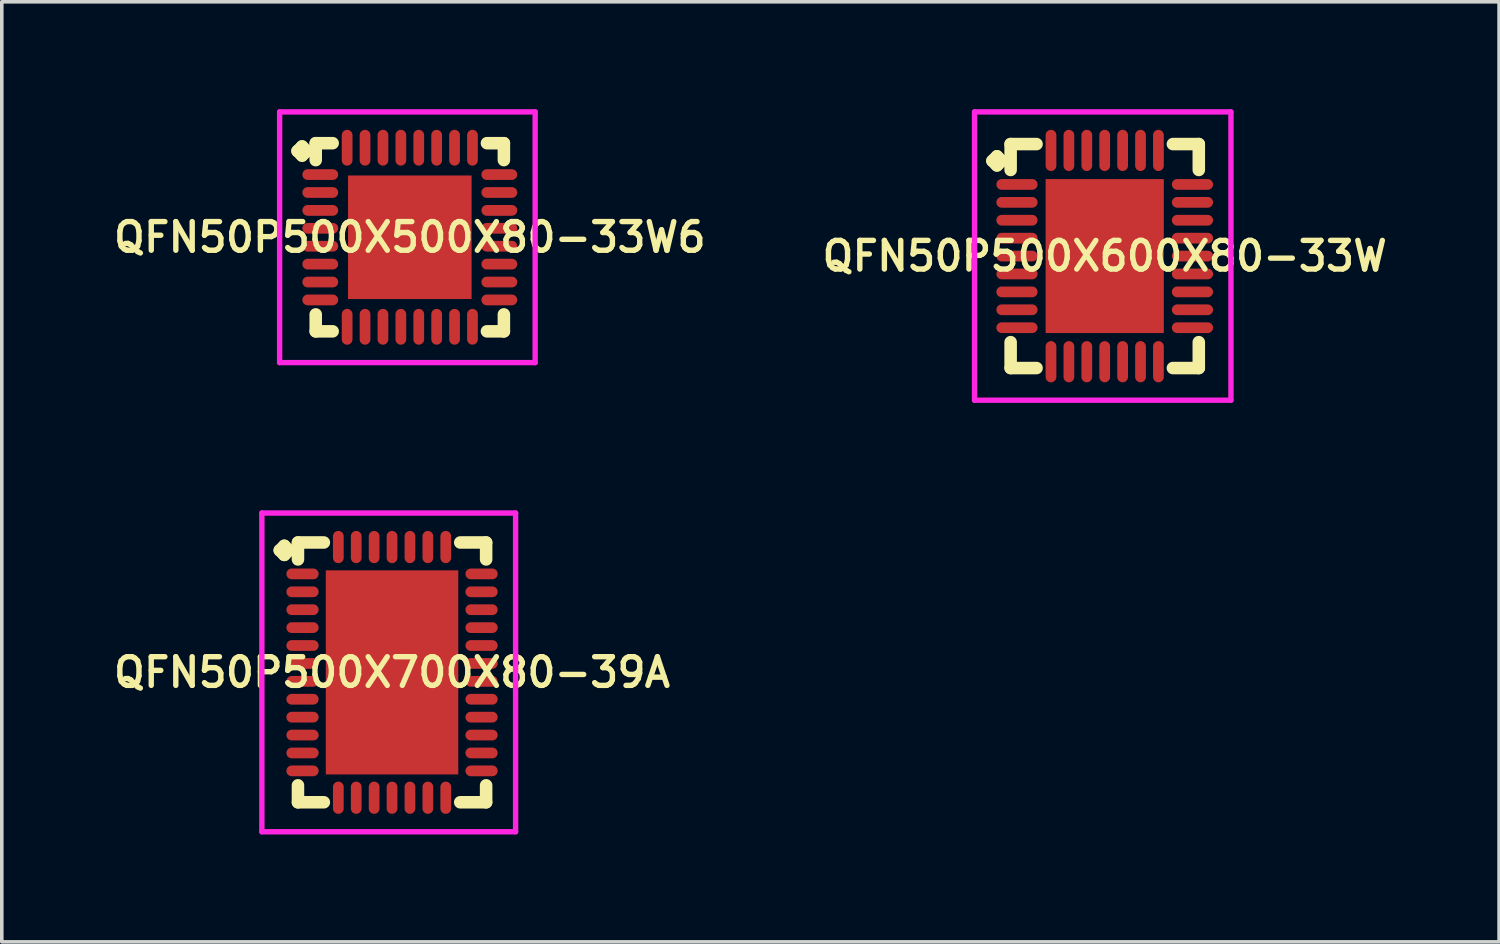
<source format=kicad_pcb>
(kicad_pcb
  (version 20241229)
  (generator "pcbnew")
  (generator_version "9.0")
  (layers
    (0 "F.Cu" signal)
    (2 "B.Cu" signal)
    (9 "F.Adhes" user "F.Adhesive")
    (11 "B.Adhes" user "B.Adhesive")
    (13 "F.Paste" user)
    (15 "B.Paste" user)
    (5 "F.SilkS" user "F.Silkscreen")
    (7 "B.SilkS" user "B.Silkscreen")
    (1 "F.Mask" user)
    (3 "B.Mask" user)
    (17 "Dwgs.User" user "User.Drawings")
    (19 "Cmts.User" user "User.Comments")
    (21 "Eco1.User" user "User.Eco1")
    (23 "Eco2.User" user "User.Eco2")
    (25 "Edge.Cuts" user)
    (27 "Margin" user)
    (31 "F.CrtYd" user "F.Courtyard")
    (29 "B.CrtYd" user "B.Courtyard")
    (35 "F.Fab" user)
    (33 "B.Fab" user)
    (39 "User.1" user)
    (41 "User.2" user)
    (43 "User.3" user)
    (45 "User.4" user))
  (footprint "QFN50P500X600X80-33W"
    (layer "F.Cu")
    (at 27.797 4.1)
    (property "Reference" "QFN50P500X600X80-33W" (at 0 0 0) (layer "F.SilkS") (effects (font (size 0.8 0.8) (thickness 0.15))))
    (attr smd)
    (fp_line (start -3.135 -2.658) (end -3.008 -2.785) (stroke (width 0.35) (type solid)) (layer "F.SilkS"))
    (fp_line (start -3.008 -2.785) (end -2.881 -2.658) (stroke (width 0.35) (type solid)) (layer "F.SilkS"))
    (fp_line (start -3.008 -2.531) (end -3.135 -2.658) (stroke (width 0.35) (type solid)) (layer "F.SilkS"))
    (fp_line (start -2.881 -2.658) (end -3.008 -2.531) (stroke (width 0.35) (type solid)) (layer "F.SilkS"))
    (fp_line (start -2.627 -3.127) (end -1.904 -3.127) (stroke (width 0.35) (type solid)) (layer "F.SilkS"))
    (fp_line (start -2.627 -2.404) (end -2.627 -3.127) (stroke (width 0.35) (type solid)) (layer "F.SilkS"))
    (fp_line (start -2.627 2.404) (end -2.627 3.127) (stroke (width 0.35) (type solid)) (layer "F.SilkS"))
    (fp_line (start -2.627 3.127) (end -1.904 3.127) (stroke (width 0.35) (type solid)) (layer "F.SilkS"))
    (fp_line (start 1.904 -3.127) (end 2.627 -3.127) (stroke (width 0.35) (type solid)) (layer "F.SilkS"))
    (fp_line (start 1.904 3.127) (end 2.627 3.127) (stroke (width 0.35) (type solid)) (layer "F.SilkS"))
    (fp_line (start 2.627 -3.127) (end 2.627 -2.404) (stroke (width 0.35) (type solid)) (layer "F.SilkS"))
    (fp_line (start 2.627 3.127) (end 2.627 2.404) (stroke (width 0.35) (type solid)) (layer "F.SilkS"))
    (fp_line (start -3.635 -4.025) (end 3.525 -4.025) (stroke (width 0.15) (type solid)) (layer "F.CrtYd"))
    (fp_line (start -3.635 4.025) (end -3.635 -4.025) (stroke (width 0.15) (type solid)) (layer "F.CrtYd"))
    (fp_line (start 3.525 -4.025) (end 3.525 4.025) (stroke (width 0.15) (type solid)) (layer "F.CrtYd"))
    (fp_line (start 3.525 4.025) (end -3.635 4.025) (stroke (width 0.15) (type solid)) (layer "F.CrtYd"))
    (pad "1" smd oval (at -2.45 -2) (size 1.15 0.3) (layers "F.Cu" "F.Mask" "F.Paste"))
    (pad "2" smd oval (at -2.45 -1.5) (size 1.15 0.3) (layers "F.Cu" "F.Mask" "F.Paste"))
    (pad "3" smd oval (at -2.45 -1) (size 1.15 0.3) (layers "F.Cu" "F.Mask" "F.Paste"))
    (pad "4" smd oval (at -2.45 -0.5) (size 1.15 0.3) (layers "F.Cu" "F.Mask" "F.Paste"))
    (pad "5" smd oval (at -2.45 0) (size 1.15 0.3) (layers "F.Cu" "F.Mask" "F.Paste"))
    (pad "6" smd oval (at -2.45 0.5) (size 1.15 0.3) (layers "F.Cu" "F.Mask" "F.Paste"))
    (pad "7" smd oval (at -2.45 1) (size 1.15 0.3) (layers "F.Cu" "F.Mask" "F.Paste"))
    (pad "8" smd oval (at -2.45 1.5) (size 1.15 0.3) (layers "F.Cu" "F.Mask" "F.Paste"))
    (pad "9" smd oval (at -2.45 2) (size 1.15 0.3) (layers "F.Cu" "F.Mask" "F.Paste"))
    (pad "10" smd oval (at -1.5 2.95) (size 0.3 1.15) (layers "F.Cu" "F.Mask" "F.Paste"))
    (pad "11" smd oval (at -1 2.95) (size 0.3 1.15) (layers "F.Cu" "F.Mask" "F.Paste"))
    (pad "12" smd oval (at -0.5 2.95) (size 0.3 1.15) (layers "F.Cu" "F.Mask" "F.Paste"))
    (pad "13" smd oval (at 0 2.95) (size 0.3 1.15) (layers "F.Cu" "F.Mask" "F.Paste"))
    (pad "14" smd oval (at 0.5 2.95) (size 0.3 1.15) (layers "F.Cu" "F.Mask" "F.Paste"))
    (pad "15" smd oval (at 1 2.95) (size 0.3 1.15) (layers "F.Cu" "F.Mask" "F.Paste"))
    (pad "16" smd oval (at 1.5 2.95) (size 0.3 1.15) (layers "F.Cu" "F.Mask" "F.Paste"))
    (pad "17" smd oval (at 2.45 2) (size 1.15 0.3) (layers "F.Cu" "F.Mask" "F.Paste"))
    (pad "18" smd oval (at 2.45 1.5) (size 1.15 0.3) (layers "F.Cu" "F.Mask" "F.Paste"))
    (pad "19" smd oval (at 2.45 1) (size 1.15 0.3) (layers "F.Cu" "F.Mask" "F.Paste"))
    (pad "20" smd oval (at 2.45 0.5) (size 1.15 0.3) (layers "F.Cu" "F.Mask" "F.Paste"))
    (pad "21" smd oval (at 2.45 0) (size 1.15 0.3) (layers "F.Cu" "F.Mask" "F.Paste"))
    (pad "22" smd oval (at 2.45 -0.5) (size 1.15 0.3) (layers "F.Cu" "F.Mask" "F.Paste"))
    (pad "23" smd oval (at 2.45 -1) (size 1.15 0.3) (layers "F.Cu" "F.Mask" "F.Paste"))
    (pad "24" smd oval (at 2.45 -1.5) (size 1.15 0.3) (layers "F.Cu" "F.Mask" "F.Paste"))
    (pad "25" smd oval (at 2.45 -2) (size 1.15 0.3) (layers "F.Cu" "F.Mask" "F.Paste"))
    (pad "26" smd oval (at 1.5 -2.95) (size 0.3 1.15) (layers "F.Cu" "F.Mask" "F.Paste"))
    (pad "27" smd oval (at 1 -2.95) (size 0.3 1.15) (layers "F.Cu" "F.Mask" "F.Paste"))
    (pad "28" smd oval (at 0.5 -2.95) (size 0.3 1.15) (layers "F.Cu" "F.Mask" "F.Paste"))
    (pad "29" smd oval (at 0 -2.95) (size 0.3 1.15) (layers "F.Cu" "F.Mask" "F.Paste"))
    (pad "30" smd oval (at -0.5 -2.95) (size 0.3 1.15) (layers "F.Cu" "F.Mask" "F.Paste"))
    (pad "31" smd oval (at -1 -2.95) (size 0.3 1.15) (layers "F.Cu" "F.Mask" "F.Paste"))
    (pad "32" smd oval (at -1.5 -2.95) (size 0.3 1.15) (layers "F.Cu" "F.Mask" "F.Paste"))
    (pad "33" smd rect (at 0 0) (size 3.3 4.3) (layers "F.Cu" "F.Mask" "F.Paste")))
  (footprint "QFN50P500X500X80-33W6"
    (layer "F.Cu")
    (at 8.393 3.575)
    (property "Reference" "QFN50P500X500X80-33W6" (at 0 0 0) (layer "F.SilkS") (effects (font (size 0.8 0.8) (thickness 0.15))))
    (attr smd)
    (fp_line (start -3.135 -2.408) (end -3.008 -2.535) (stroke (width 0.35) (type solid)) (layer "F.SilkS"))
    (fp_line (start -3.008 -2.535) (end -2.881 -2.408) (stroke (width 0.35) (type solid)) (layer "F.SilkS"))
    (fp_line (start -3.008 -2.281) (end -3.135 -2.408) (stroke (width 0.35) (type solid)) (layer "F.SilkS"))
    (fp_line (start -2.881 -2.408) (end -3.008 -2.281) (stroke (width 0.35) (type solid)) (layer "F.SilkS"))
    (fp_line (start -2.627 -2.627) (end -2.154 -2.627) (stroke (width 0.35) (type solid)) (layer "F.SilkS"))
    (fp_line (start -2.627 -2.154) (end -2.627 -2.627) (stroke (width 0.35) (type solid)) (layer "F.SilkS"))
    (fp_line (start -2.627 2.154) (end -2.627 2.627) (stroke (width 0.35) (type solid)) (layer "F.SilkS"))
    (fp_line (start -2.627 2.627) (end -2.154 2.627) (stroke (width 0.35) (type solid)) (layer "F.SilkS"))
    (fp_line (start 2.154 -2.627) (end 2.627 -2.627) (stroke (width 0.35) (type solid)) (layer "F.SilkS"))
    (fp_line (start 2.154 2.627) (end 2.627 2.627) (stroke (width 0.35) (type solid)) (layer "F.SilkS"))
    (fp_line (start 2.627 -2.627) (end 2.627 -2.154) (stroke (width 0.35) (type solid)) (layer "F.SilkS"))
    (fp_line (start 2.627 2.627) (end 2.627 2.154) (stroke (width 0.35) (type solid)) (layer "F.SilkS"))
    (fp_line (start -3.635 -3.5) (end 3.5 -3.5) (stroke (width 0.15) (type solid)) (layer "F.CrtYd"))
    (fp_line (start -3.635 3.5) (end -3.635 -3.5) (stroke (width 0.15) (type solid)) (layer "F.CrtYd"))
    (fp_line (start 3.5 -3.5) (end 3.5 3.5) (stroke (width 0.15) (type solid)) (layer "F.CrtYd"))
    (fp_line (start 3.5 3.5) (end -3.635 3.5) (stroke (width 0.15) (type solid)) (layer "F.CrtYd"))
    (pad "1" smd oval (at -2.5 -1.75) (size 1 0.3) (layers "F.Cu" "F.Mask" "F.Paste"))
    (pad "2" smd oval (at -2.5 -1.25) (size 1 0.3) (layers "F.Cu" "F.Mask" "F.Paste"))
    (pad "3" smd oval (at -2.5 -0.75) (size 1 0.3) (layers "F.Cu" "F.Mask" "F.Paste"))
    (pad "4" smd oval (at -2.5 -0.25) (size 1 0.3) (layers "F.Cu" "F.Mask" "F.Paste"))
    (pad "5" smd oval (at -2.5 0.25) (size 1 0.3) (layers "F.Cu" "F.Mask" "F.Paste"))
    (pad "6" smd oval (at -2.5 0.75) (size 1 0.3) (layers "F.Cu" "F.Mask" "F.Paste"))
    (pad "7" smd oval (at -2.5 1.25) (size 1 0.3) (layers "F.Cu" "F.Mask" "F.Paste"))
    (pad "8" smd oval (at -2.5 1.75) (size 1 0.3) (layers "F.Cu" "F.Mask" "F.Paste"))
    (pad "9" smd oval (at -1.75 2.5) (size 0.3 1) (layers "F.Cu" "F.Mask" "F.Paste"))
    (pad "10" smd oval (at -1.25 2.5) (size 0.3 1) (layers "F.Cu" "F.Mask" "F.Paste"))
    (pad "11" smd oval (at -0.75 2.5) (size 0.3 1) (layers "F.Cu" "F.Mask" "F.Paste"))
    (pad "12" smd oval (at -0.25 2.5) (size 0.3 1) (layers "F.Cu" "F.Mask" "F.Paste"))
    (pad "13" smd oval (at 0.25 2.5) (size 0.3 1) (layers "F.Cu" "F.Mask" "F.Paste"))
    (pad "14" smd oval (at 0.75 2.5) (size 0.3 1) (layers "F.Cu" "F.Mask" "F.Paste"))
    (pad "15" smd oval (at 1.25 2.5) (size 0.3 1) (layers "F.Cu" "F.Mask" "F.Paste"))
    (pad "16" smd oval (at 1.75 2.5) (size 0.3 1) (layers "F.Cu" "F.Mask" "F.Paste"))
    (pad "17" smd oval (at 2.5 1.75) (size 1 0.3) (layers "F.Cu" "F.Mask" "F.Paste"))
    (pad "18" smd oval (at 2.5 1.25) (size 1 0.3) (layers "F.Cu" "F.Mask" "F.Paste"))
    (pad "19" smd oval (at 2.5 0.75) (size 1 0.3) (layers "F.Cu" "F.Mask" "F.Paste"))
    (pad "20" smd oval (at 2.5 0.25) (size 1 0.3) (layers "F.Cu" "F.Mask" "F.Paste"))
    (pad "21" smd oval (at 2.5 -0.25) (size 1 0.3) (layers "F.Cu" "F.Mask" "F.Paste"))
    (pad "22" smd oval (at 2.5 -0.75) (size 1 0.3) (layers "F.Cu" "F.Mask" "F.Paste"))
    (pad "23" smd oval (at 2.5 -1.25) (size 1 0.3) (layers "F.Cu" "F.Mask" "F.Paste"))
    (pad "24" smd oval (at 2.5 -1.75) (size 1 0.3) (layers "F.Cu" "F.Mask" "F.Paste"))
    (pad "25" smd oval (at 1.75 -2.5) (size 0.3 1) (layers "F.Cu" "F.Mask" "F.Paste"))
    (pad "26" smd oval (at 1.25 -2.5) (size 0.3 1) (layers "F.Cu" "F.Mask" "F.Paste"))
    (pad "27" smd oval (at 0.75 -2.5) (size 0.3 1) (layers "F.Cu" "F.Mask" "F.Paste"))
    (pad "28" smd oval (at 0.25 -2.5) (size 0.3 1) (layers "F.Cu" "F.Mask" "F.Paste"))
    (pad "29" smd oval (at -0.25 -2.5) (size 0.3 1) (layers "F.Cu" "F.Mask" "F.Paste"))
    (pad "30" smd oval (at -0.75 -2.5) (size 0.3 1) (layers "F.Cu" "F.Mask" "F.Paste"))
    (pad "31" smd oval (at -1.25 -2.5) (size 0.3 1) (layers "F.Cu" "F.Mask" "F.Paste"))
    (pad "32" smd oval (at -1.75 -2.5) (size 0.3 1) (layers "F.Cu" "F.Mask" "F.Paste"))
    (pad "33" smd rect (at 0 0) (size 3.45 3.45) (layers "F.Cu" "F.Mask" "F.Paste")))
  (footprint "QFN50P500X700X80-39A"
    (layer "F.Cu")
    (at 7.897 15.725)
    (property "Reference" "QFN50P500X700X80-39A" (at 0 0 0) (layer "F.SilkS") (effects (font (size 0.8 0.8) (thickness 0.15))))
    (attr smd)
    (fp_line (start -3.135 -3.408) (end -3.008 -3.535) (stroke (width 0.35) (type solid)) (layer "F.SilkS"))
    (fp_line (start -3.008 -3.535) (end -2.881 -3.408) (stroke (width 0.35) (type solid)) (layer "F.SilkS"))
    (fp_line (start -3.008 -3.281) (end -3.135 -3.408) (stroke (width 0.35) (type solid)) (layer "F.SilkS"))
    (fp_line (start -2.881 -3.408) (end -3.008 -3.281) (stroke (width 0.35) (type solid)) (layer "F.SilkS"))
    (fp_line (start -2.627 -3.627) (end -1.904 -3.627) (stroke (width 0.35) (type solid)) (layer "F.SilkS"))
    (fp_line (start -2.627 -3.154) (end -2.627 -3.627) (stroke (width 0.35) (type solid)) (layer "F.SilkS"))
    (fp_line (start -2.627 3.154) (end -2.627 3.627) (stroke (width 0.35) (type solid)) (layer "F.SilkS"))
    (fp_line (start -2.627 3.627) (end -1.904 3.627) (stroke (width 0.35) (type solid)) (layer "F.SilkS"))
    (fp_line (start 1.904 -3.627) (end 2.627 -3.627) (stroke (width 0.35) (type solid)) (layer "F.SilkS"))
    (fp_line (start 1.904 3.627) (end 2.627 3.627) (stroke (width 0.35) (type solid)) (layer "F.SilkS"))
    (fp_line (start 2.627 -3.627) (end 2.627 -3.154) (stroke (width 0.35) (type solid)) (layer "F.SilkS"))
    (fp_line (start 2.627 3.627) (end 2.627 3.154) (stroke (width 0.35) (type solid)) (layer "F.SilkS"))
    (fp_line (start -3.635 -4.45) (end 3.45 -4.45) (stroke (width 0.15) (type solid)) (layer "F.CrtYd"))
    (fp_line (start -3.635 4.45) (end -3.635 -4.45) (stroke (width 0.15) (type solid)) (layer "F.CrtYd"))
    (fp_line (start 3.45 -4.45) (end 3.45 4.45) (stroke (width 0.15) (type solid)) (layer "F.CrtYd"))
    (fp_line (start 3.45 4.45) (end -3.635 4.45) (stroke (width 0.15) (type solid)) (layer "F.CrtYd"))
    (pad "1" smd oval (at -2.5 -2.75) (size 0.9 0.3) (layers "F.Cu" "F.Mask" "F.Paste"))
    (pad "2" smd oval (at -2.5 -2.25) (size 0.9 0.3) (layers "F.Cu" "F.Mask" "F.Paste"))
    (pad "3" smd oval (at -2.5 -1.75) (size 0.9 0.3) (layers "F.Cu" "F.Mask" "F.Paste"))
    (pad "4" smd oval (at -2.5 -1.25) (size 0.9 0.3) (layers "F.Cu" "F.Mask" "F.Paste"))
    (pad "5" smd oval (at -2.5 -0.75) (size 0.9 0.3) (layers "F.Cu" "F.Mask" "F.Paste"))
    (pad "6" smd oval (at -2.5 -0.25) (size 0.9 0.3) (layers "F.Cu" "F.Mask" "F.Paste"))
    (pad "7" smd oval (at -2.5 0.25) (size 0.9 0.3) (layers "F.Cu" "F.Mask" "F.Paste"))
    (pad "8" smd oval (at -2.5 0.75) (size 0.9 0.3) (layers "F.Cu" "F.Mask" "F.Paste"))
    (pad "9" smd oval (at -2.5 1.25) (size 0.9 0.3) (layers "F.Cu" "F.Mask" "F.Paste"))
    (pad "10" smd oval (at -2.5 1.75) (size 0.9 0.3) (layers "F.Cu" "F.Mask" "F.Paste"))
    (pad "11" smd oval (at -2.5 2.25) (size 0.9 0.3) (layers "F.Cu" "F.Mask" "F.Paste"))
    (pad "12" smd oval (at -2.5 2.75) (size 0.9 0.3) (layers "F.Cu" "F.Mask" "F.Paste"))
    (pad "13" smd oval (at -1.5 3.5) (size 0.3 0.9) (layers "F.Cu" "F.Mask" "F.Paste"))
    (pad "14" smd oval (at -1 3.5) (size 0.3 0.9) (layers "F.Cu" "F.Mask" "F.Paste"))
    (pad "15" smd oval (at -0.5 3.5) (size 0.3 0.9) (layers "F.Cu" "F.Mask" "F.Paste"))
    (pad "16" smd oval (at 0 3.5) (size 0.3 0.9) (layers "F.Cu" "F.Mask" "F.Paste"))
    (pad "17" smd oval (at 0.5 3.5) (size 0.3 0.9) (layers "F.Cu" "F.Mask" "F.Paste"))
    (pad "18" smd oval (at 1 3.5) (size 0.3 0.9) (layers "F.Cu" "F.Mask" "F.Paste"))
    (pad "19" smd oval (at 1.5 3.5) (size 0.3 0.9) (layers "F.Cu" "F.Mask" "F.Paste"))
    (pad "20" smd oval (at 2.5 2.75) (size 0.9 0.3) (layers "F.Cu" "F.Mask" "F.Paste"))
    (pad "21" smd oval (at 2.5 2.25) (size 0.9 0.3) (layers "F.Cu" "F.Mask" "F.Paste"))
    (pad "22" smd oval (at 2.5 1.75) (size 0.9 0.3) (layers "F.Cu" "F.Mask" "F.Paste"))
    (pad "23" smd oval (at 2.5 1.25) (size 0.9 0.3) (layers "F.Cu" "F.Mask" "F.Paste"))
    (pad "24" smd oval (at 2.5 0.75) (size 0.9 0.3) (layers "F.Cu" "F.Mask" "F.Paste"))
    (pad "25" smd oval (at 2.5 0.25) (size 0.9 0.3) (layers "F.Cu" "F.Mask" "F.Paste"))
    (pad "26" smd oval (at 2.5 -0.25) (size 0.9 0.3) (layers "F.Cu" "F.Mask" "F.Paste"))
    (pad "27" smd oval (at 2.5 -0.75) (size 0.9 0.3) (layers "F.Cu" "F.Mask" "F.Paste"))
    (pad "28" smd oval (at 2.5 -1.25) (size 0.9 0.3) (layers "F.Cu" "F.Mask" "F.Paste"))
    (pad "29" smd oval (at 2.5 -1.75) (size 0.9 0.3) (layers "F.Cu" "F.Mask" "F.Paste"))
    (pad "30" smd oval (at 2.5 -2.25) (size 0.9 0.3) (layers "F.Cu" "F.Mask" "F.Paste"))
    (pad "31" smd oval (at 2.5 -2.75) (size 0.9 0.3) (layers "F.Cu" "F.Mask" "F.Paste"))
    (pad "32" smd oval (at 1.5 -3.5) (size 0.3 0.9) (layers "F.Cu" "F.Mask" "F.Paste"))
    (pad "33" smd oval (at 1 -3.5) (size 0.3 0.9) (layers "F.Cu" "F.Mask" "F.Paste"))
    (pad "34" smd oval (at 0.5 -3.5) (size 0.3 0.9) (layers "F.Cu" "F.Mask" "F.Paste"))
    (pad "35" smd oval (at 0 -3.5) (size 0.3 0.9) (layers "F.Cu" "F.Mask" "F.Paste"))
    (pad "36" smd oval (at -0.5 -3.5) (size 0.3 0.9) (layers "F.Cu" "F.Mask" "F.Paste"))
    (pad "37" smd oval (at -1 -3.5) (size 0.3 0.9) (layers "F.Cu" "F.Mask" "F.Paste"))
    (pad "38" smd oval (at -1.5 -3.5) (size 0.3 0.9) (layers "F.Cu" "F.Mask" "F.Paste"))
    (pad "39" smd rect (at 0 0) (size 3.7 5.7) (layers "F.Cu" "F.Mask" "F.Paste")))
  (gr_rect
    (start -3 -3)
    (end 38.809 23.25)
    (stroke (width 0.1) (type default))
    (fill no)
    (layer "Edge.Cuts")))
</source>
